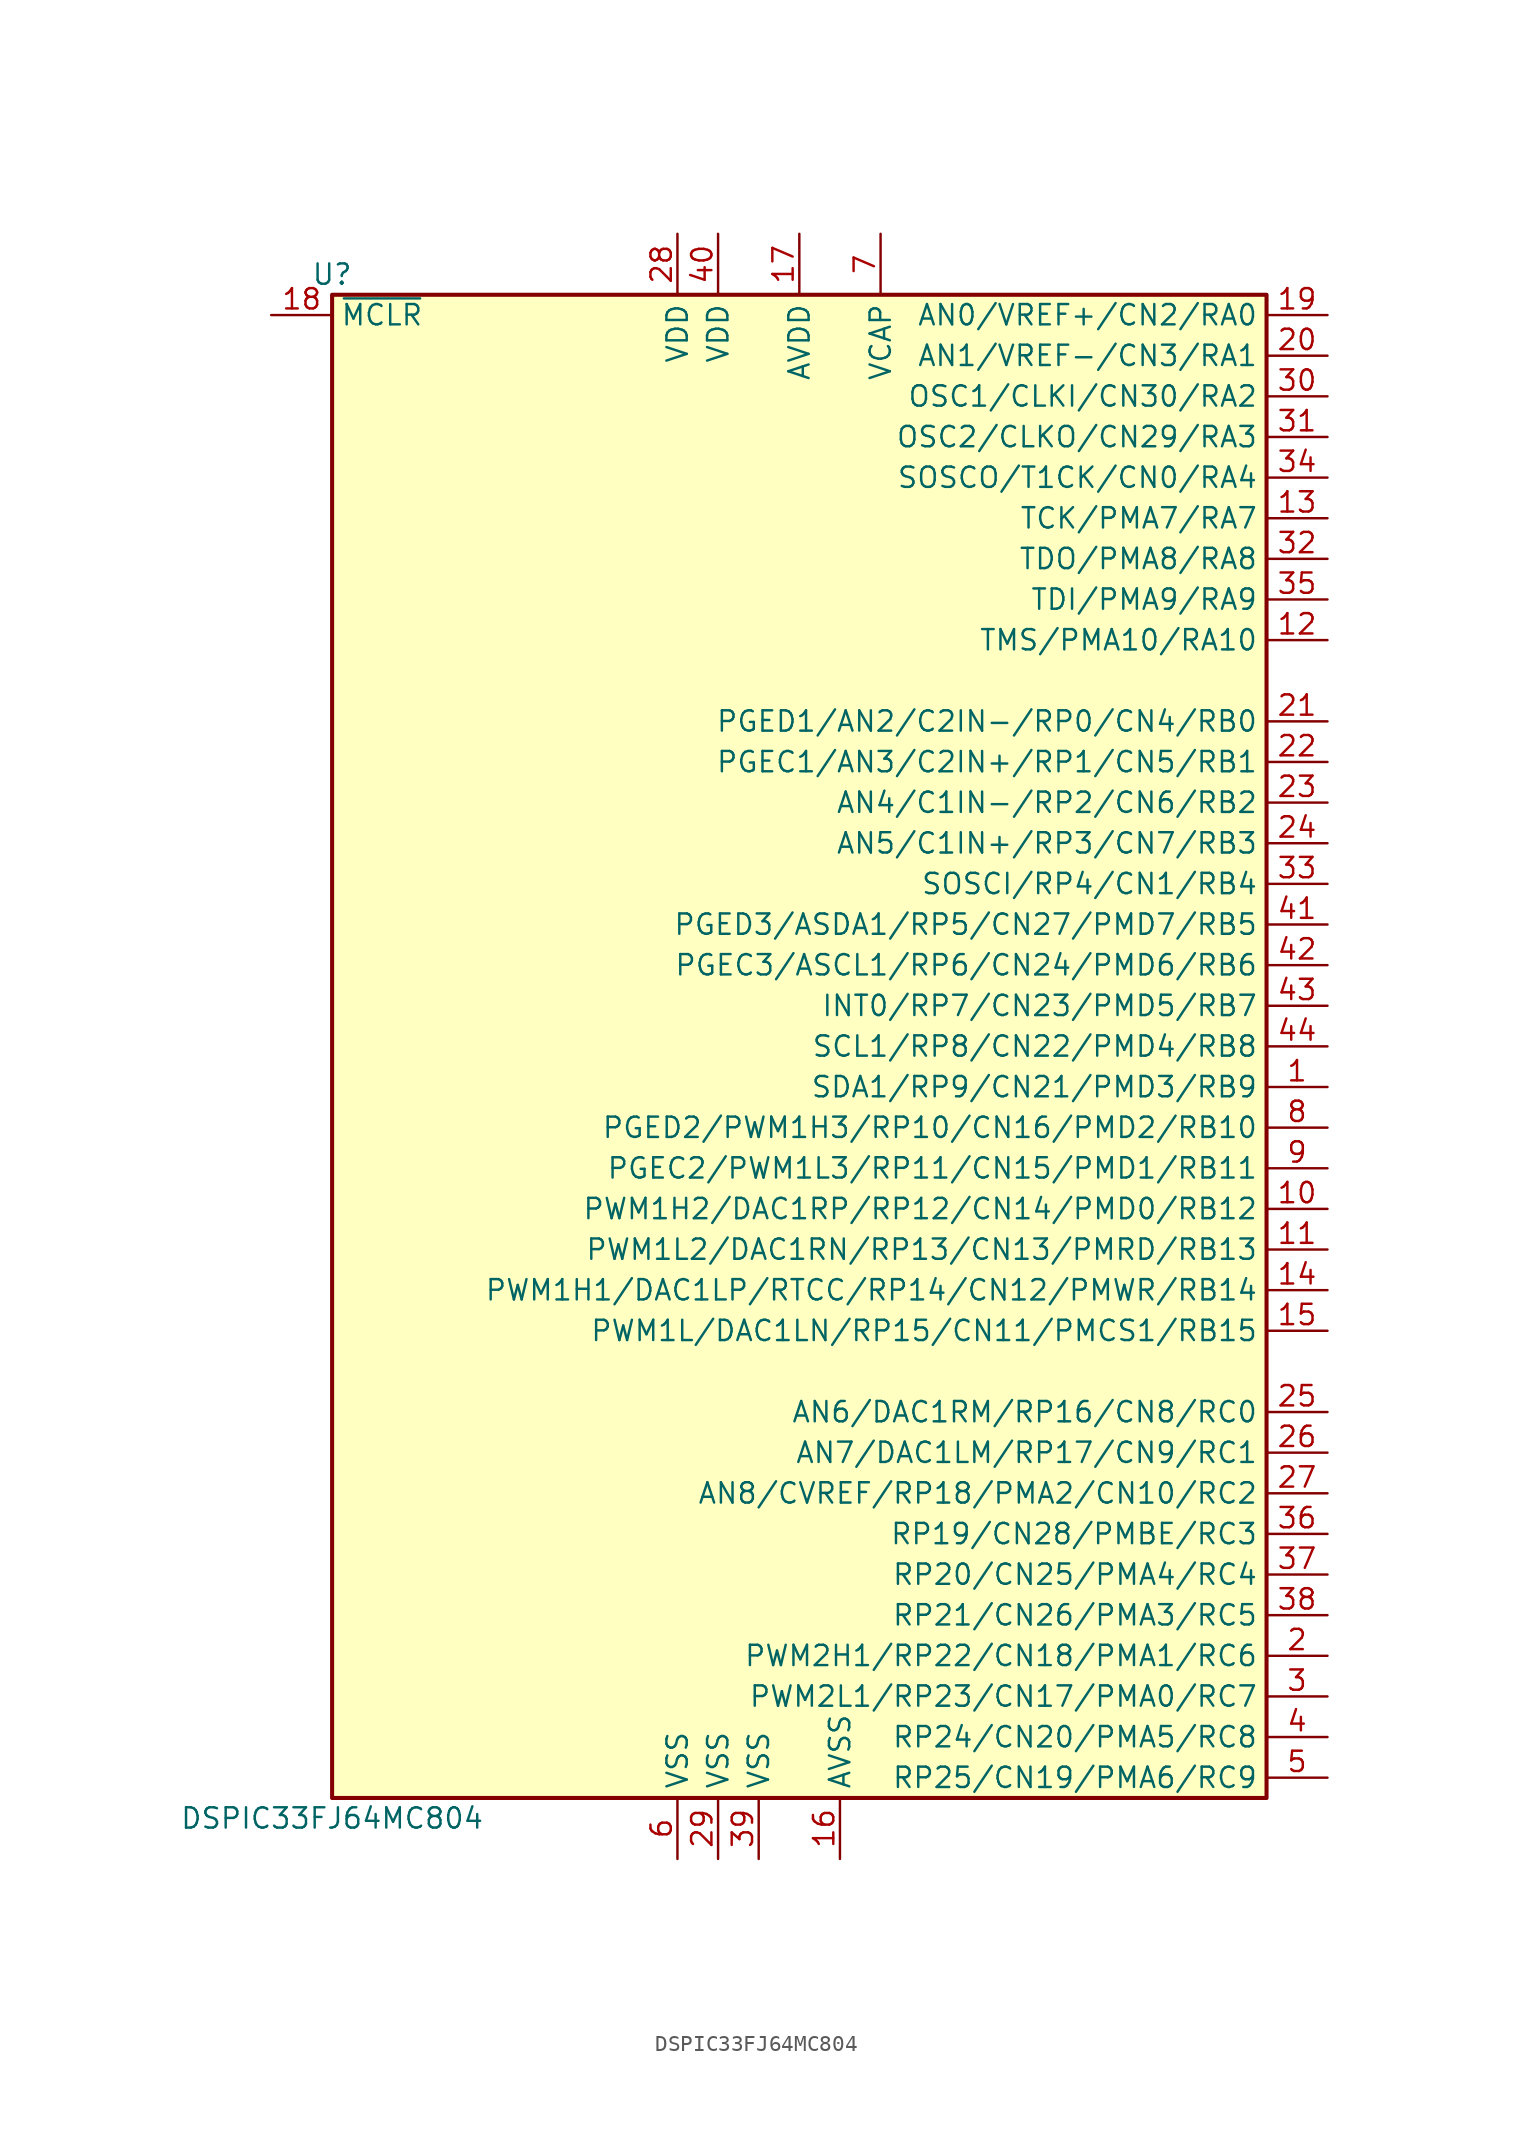
<source format=kicad_sym>
(kicad_symbol_lib
  (version 20200908)
  (generator kicad_symbol_editor)
  (symbol "DSP_Microchip_DSPIC33:DSPIC33FJ64MC804"
    (property "Reference" "U"
      (at -29.21 48.26 0)
      (effects (font (size 1.27 1.27))))
    (property "Value" "DSPIC33FJ64MC804"
      (at -29.21 -48.26 0)
      (effects (font (size 1.27 1.27))))
    (symbol "DSPIC33FJ64MC804_1_1"
      (rectangle (start -29.21 46.99) (end 29.21 -46.99) (stroke (width 0.254)) (fill (type background)))
      (pin bidirectional line (at 33.02 -2.54 180) (length 3.81) (name "SDA1/RP9/CN21/PMD3/RB9" (effects (font (size 1.27 1.27)))) (number "1" (effects (font (size 1.27 1.27)))))
      (pin bidirectional line (at 33.02 -10.16 180) (length 3.81) (name "PWM1H2/DAC1RP/RP12/CN14/PMD0/RB12" (effects (font (size 1.27 1.27)))) (number "10" (effects (font (size 1.27 1.27)))))
      (pin bidirectional line (at 33.02 -12.7 180) (length 3.81) (name "PWM1L2/DAC1RN/RP13/CN13/PMRD/RB13" (effects (font (size 1.27 1.27)))) (number "11" (effects (font (size 1.27 1.27)))))
      (pin bidirectional line (at 33.02 25.4 180) (length 3.81) (name "TMS/PMA10/RA10" (effects (font (size 1.27 1.27)))) (number "12" (effects (font (size 1.27 1.27)))))
      (pin bidirectional line (at 33.02 33.02 180) (length 3.81) (name "TCK/PMA7/RA7" (effects (font (size 1.27 1.27)))) (number "13" (effects (font (size 1.27 1.27)))))
      (pin bidirectional line (at 33.02 -15.24 180) (length 3.81) (name "PWM1H1/DAC1LP/RTCC/RP14/CN12/PMWR/RB14" (effects (font (size 1.27 1.27)))) (number "14" (effects (font (size 1.27 1.27)))))
      (pin bidirectional line (at 33.02 -17.78 180) (length 3.81) (name "PWM1L/DAC1LN/RP15/CN11/PMCS1/RB15" (effects (font (size 1.27 1.27)))) (number "15" (effects (font (size 1.27 1.27)))))
      (pin power_in line (at 2.54 -50.8 90) (length 3.81) (name "AVSS" (effects (font (size 1.27 1.27)))) (number "16" (effects (font (size 1.27 1.27)))))
      (pin power_in line (at 0 50.8 270) (length 3.81) (name "AVDD" (effects (font (size 1.27 1.27)))) (number "17" (effects (font (size 1.27 1.27)))))
      (pin input line (at -33.02 45.72 0) (length 3.81) (name "~MCLR" (effects (font (size 1.27 1.27)))) (number "18" (effects (font (size 1.27 1.27)))))
      (pin bidirectional line (at 33.02 45.72 180) (length 3.81) (name "AN0/VREF+/CN2/RA0" (effects (font (size 1.27 1.27)))) (number "19" (effects (font (size 1.27 1.27)))))
      (pin bidirectional line (at 33.02 -38.1 180) (length 3.81) (name "PWM2H1/RP22/CN18/PMA1/RC6" (effects (font (size 1.27 1.27)))) (number "2" (effects (font (size 1.27 1.27)))))
      (pin bidirectional line (at 33.02 43.18 180) (length 3.81) (name "AN1/VREF-/CN3/RA1" (effects (font (size 1.27 1.27)))) (number "20" (effects (font (size 1.27 1.27)))))
      (pin bidirectional line (at 33.02 20.32 180) (length 3.81) (name "PGED1/AN2/C2IN-/RP0/CN4/RB0" (effects (font (size 1.27 1.27)))) (number "21" (effects (font (size 1.27 1.27)))))
      (pin bidirectional line (at 33.02 17.78 180) (length 3.81) (name "PGEC1/AN3/C2IN+/RP1/CN5/RB1" (effects (font (size 1.27 1.27)))) (number "22" (effects (font (size 1.27 1.27)))))
      (pin bidirectional line (at 33.02 15.24 180) (length 3.81) (name "AN4/C1IN-/RP2/CN6/RB2" (effects (font (size 1.27 1.27)))) (number "23" (effects (font (size 1.27 1.27)))))
      (pin bidirectional line (at 33.02 12.7 180) (length 3.81) (name "AN5/C1IN+/RP3/CN7/RB3" (effects (font (size 1.27 1.27)))) (number "24" (effects (font (size 1.27 1.27)))))
      (pin bidirectional line (at 33.02 -22.86 180) (length 3.81) (name "AN6/DAC1RM/RP16/CN8/RC0" (effects (font (size 1.27 1.27)))) (number "25" (effects (font (size 1.27 1.27)))))
      (pin bidirectional line (at 33.02 -25.4 180) (length 3.81) (name "AN7/DAC1LM/RP17/CN9/RC1" (effects (font (size 1.27 1.27)))) (number "26" (effects (font (size 1.27 1.27)))))
      (pin bidirectional line (at 33.02 -27.94 180) (length 3.81) (name "AN8/CVREF/RP18/PMA2/CN10/RC2" (effects (font (size 1.27 1.27)))) (number "27" (effects (font (size 1.27 1.27)))))
      (pin power_in line (at -7.62 50.8 270) (length 3.81) (name "VDD" (effects (font (size 1.27 1.27)))) (number "28" (effects (font (size 1.27 1.27)))))
      (pin power_in line (at -5.08 -50.8 90) (length 3.81) (name "VSS" (effects (font (size 1.27 1.27)))) (number "29" (effects (font (size 1.27 1.27)))))
      (pin bidirectional line (at 33.02 -40.64 180) (length 3.81) (name "PWM2L1/RP23/CN17/PMA0/RC7" (effects (font (size 1.27 1.27)))) (number "3" (effects (font (size 1.27 1.27)))))
      (pin input line (at 33.02 40.64 180) (length 3.81) (name "OSC1/CLKI/CN30/RA2" (effects (font (size 1.27 1.27)))) (number "30" (effects (font (size 1.27 1.27)))))
      (pin input line (at 33.02 38.1 180) (length 3.81) (name "OSC2/CLKO/CN29/RA3" (effects (font (size 1.27 1.27)))) (number "31" (effects (font (size 1.27 1.27)))))
      (pin input line (at 33.02 30.48 180) (length 3.81) (name "TDO/PMA8/RA8" (effects (font (size 1.27 1.27)))) (number "32" (effects (font (size 1.27 1.27)))))
      (pin input line (at 33.02 10.16 180) (length 3.81) (name "SOSCI/RP4/CN1/RB4" (effects (font (size 1.27 1.27)))) (number "33" (effects (font (size 1.27 1.27)))))
      (pin input line (at 33.02 35.56 180) (length 3.81) (name "SOSCO/T1CK/CN0/RA4" (effects (font (size 1.27 1.27)))) (number "34" (effects (font (size 1.27 1.27)))))
      (pin input line (at 33.02 27.94 180) (length 3.81) (name "TDI/PMA9/RA9" (effects (font (size 1.27 1.27)))) (number "35" (effects (font (size 1.27 1.27)))))
      (pin input line (at 33.02 -30.48 180) (length 3.81) (name "RP19/CN28/PMBE/RC3" (effects (font (size 1.27 1.27)))) (number "36" (effects (font (size 1.27 1.27)))))
      (pin input line (at 33.02 -33.02 180) (length 3.81) (name "RP20/CN25/PMA4/RC4" (effects (font (size 1.27 1.27)))) (number "37" (effects (font (size 1.27 1.27)))))
      (pin input line (at 33.02 -35.56 180) (length 3.81) (name "RP21/CN26/PMA3/RC5" (effects (font (size 1.27 1.27)))) (number "38" (effects (font (size 1.27 1.27)))))
      (pin power_in line (at -2.54 -50.8 90) (length 3.81) (name "VSS" (effects (font (size 1.27 1.27)))) (number "39" (effects (font (size 1.27 1.27)))))
      (pin bidirectional line (at 33.02 -43.18 180) (length 3.81) (name "RP24/CN20/PMA5/RC8" (effects (font (size 1.27 1.27)))) (number "4" (effects (font (size 1.27 1.27)))))
      (pin power_in line (at -5.08 50.8 270) (length 3.81) (name "VDD" (effects (font (size 1.27 1.27)))) (number "40" (effects (font (size 1.27 1.27)))))
      (pin input line (at 33.02 7.62 180) (length 3.81) (name "PGED3/ASDA1/RP5/CN27/PMD7/RB5" (effects (font (size 1.27 1.27)))) (number "41" (effects (font (size 1.27 1.27)))))
      (pin input line (at 33.02 5.08 180) (length 3.81) (name "PGEC3/ASCL1/RP6/CN24/PMD6/RB6" (effects (font (size 1.27 1.27)))) (number "42" (effects (font (size 1.27 1.27)))))
      (pin input line (at 33.02 2.54 180) (length 3.81) (name "INT0/RP7/CN23/PMD5/RB7" (effects (font (size 1.27 1.27)))) (number "43" (effects (font (size 1.27 1.27)))))
      (pin input line (at 33.02 0 180) (length 3.81) (name "SCL1/RP8/CN22/PMD4/RB8" (effects (font (size 1.27 1.27)))) (number "44" (effects (font (size 1.27 1.27)))))
      (pin bidirectional line (at 33.02 -45.72 180) (length 3.81) (name "RP25/CN19/PMA6/RC9" (effects (font (size 1.27 1.27)))) (number "5" (effects (font (size 1.27 1.27)))))
      (pin power_in line (at -7.62 -50.8 90) (length 3.81) (name "VSS" (effects (font (size 1.27 1.27)))) (number "6" (effects (font (size 1.27 1.27)))))
      (pin power_in line (at 5.08 50.8 270) (length 3.81) (name "VCAP" (effects (font (size 1.27 1.27)))) (number "7" (effects (font (size 1.27 1.27)))))
      (pin bidirectional line (at 33.02 -5.08 180) (length 3.81) (name "PGED2/PWM1H3/RP10/CN16/PMD2/RB10" (effects (font (size 1.27 1.27)))) (number "8" (effects (font (size 1.27 1.27)))))
      (pin bidirectional line (at 33.02 -7.62 180) (length 3.81) (name "PGEC2/PWM1L3/RP11/CN15/PMD1/RB11" (effects (font (size 1.27 1.27)))) (number "9" (effects (font (size 1.27 1.27))))))))
</source>
